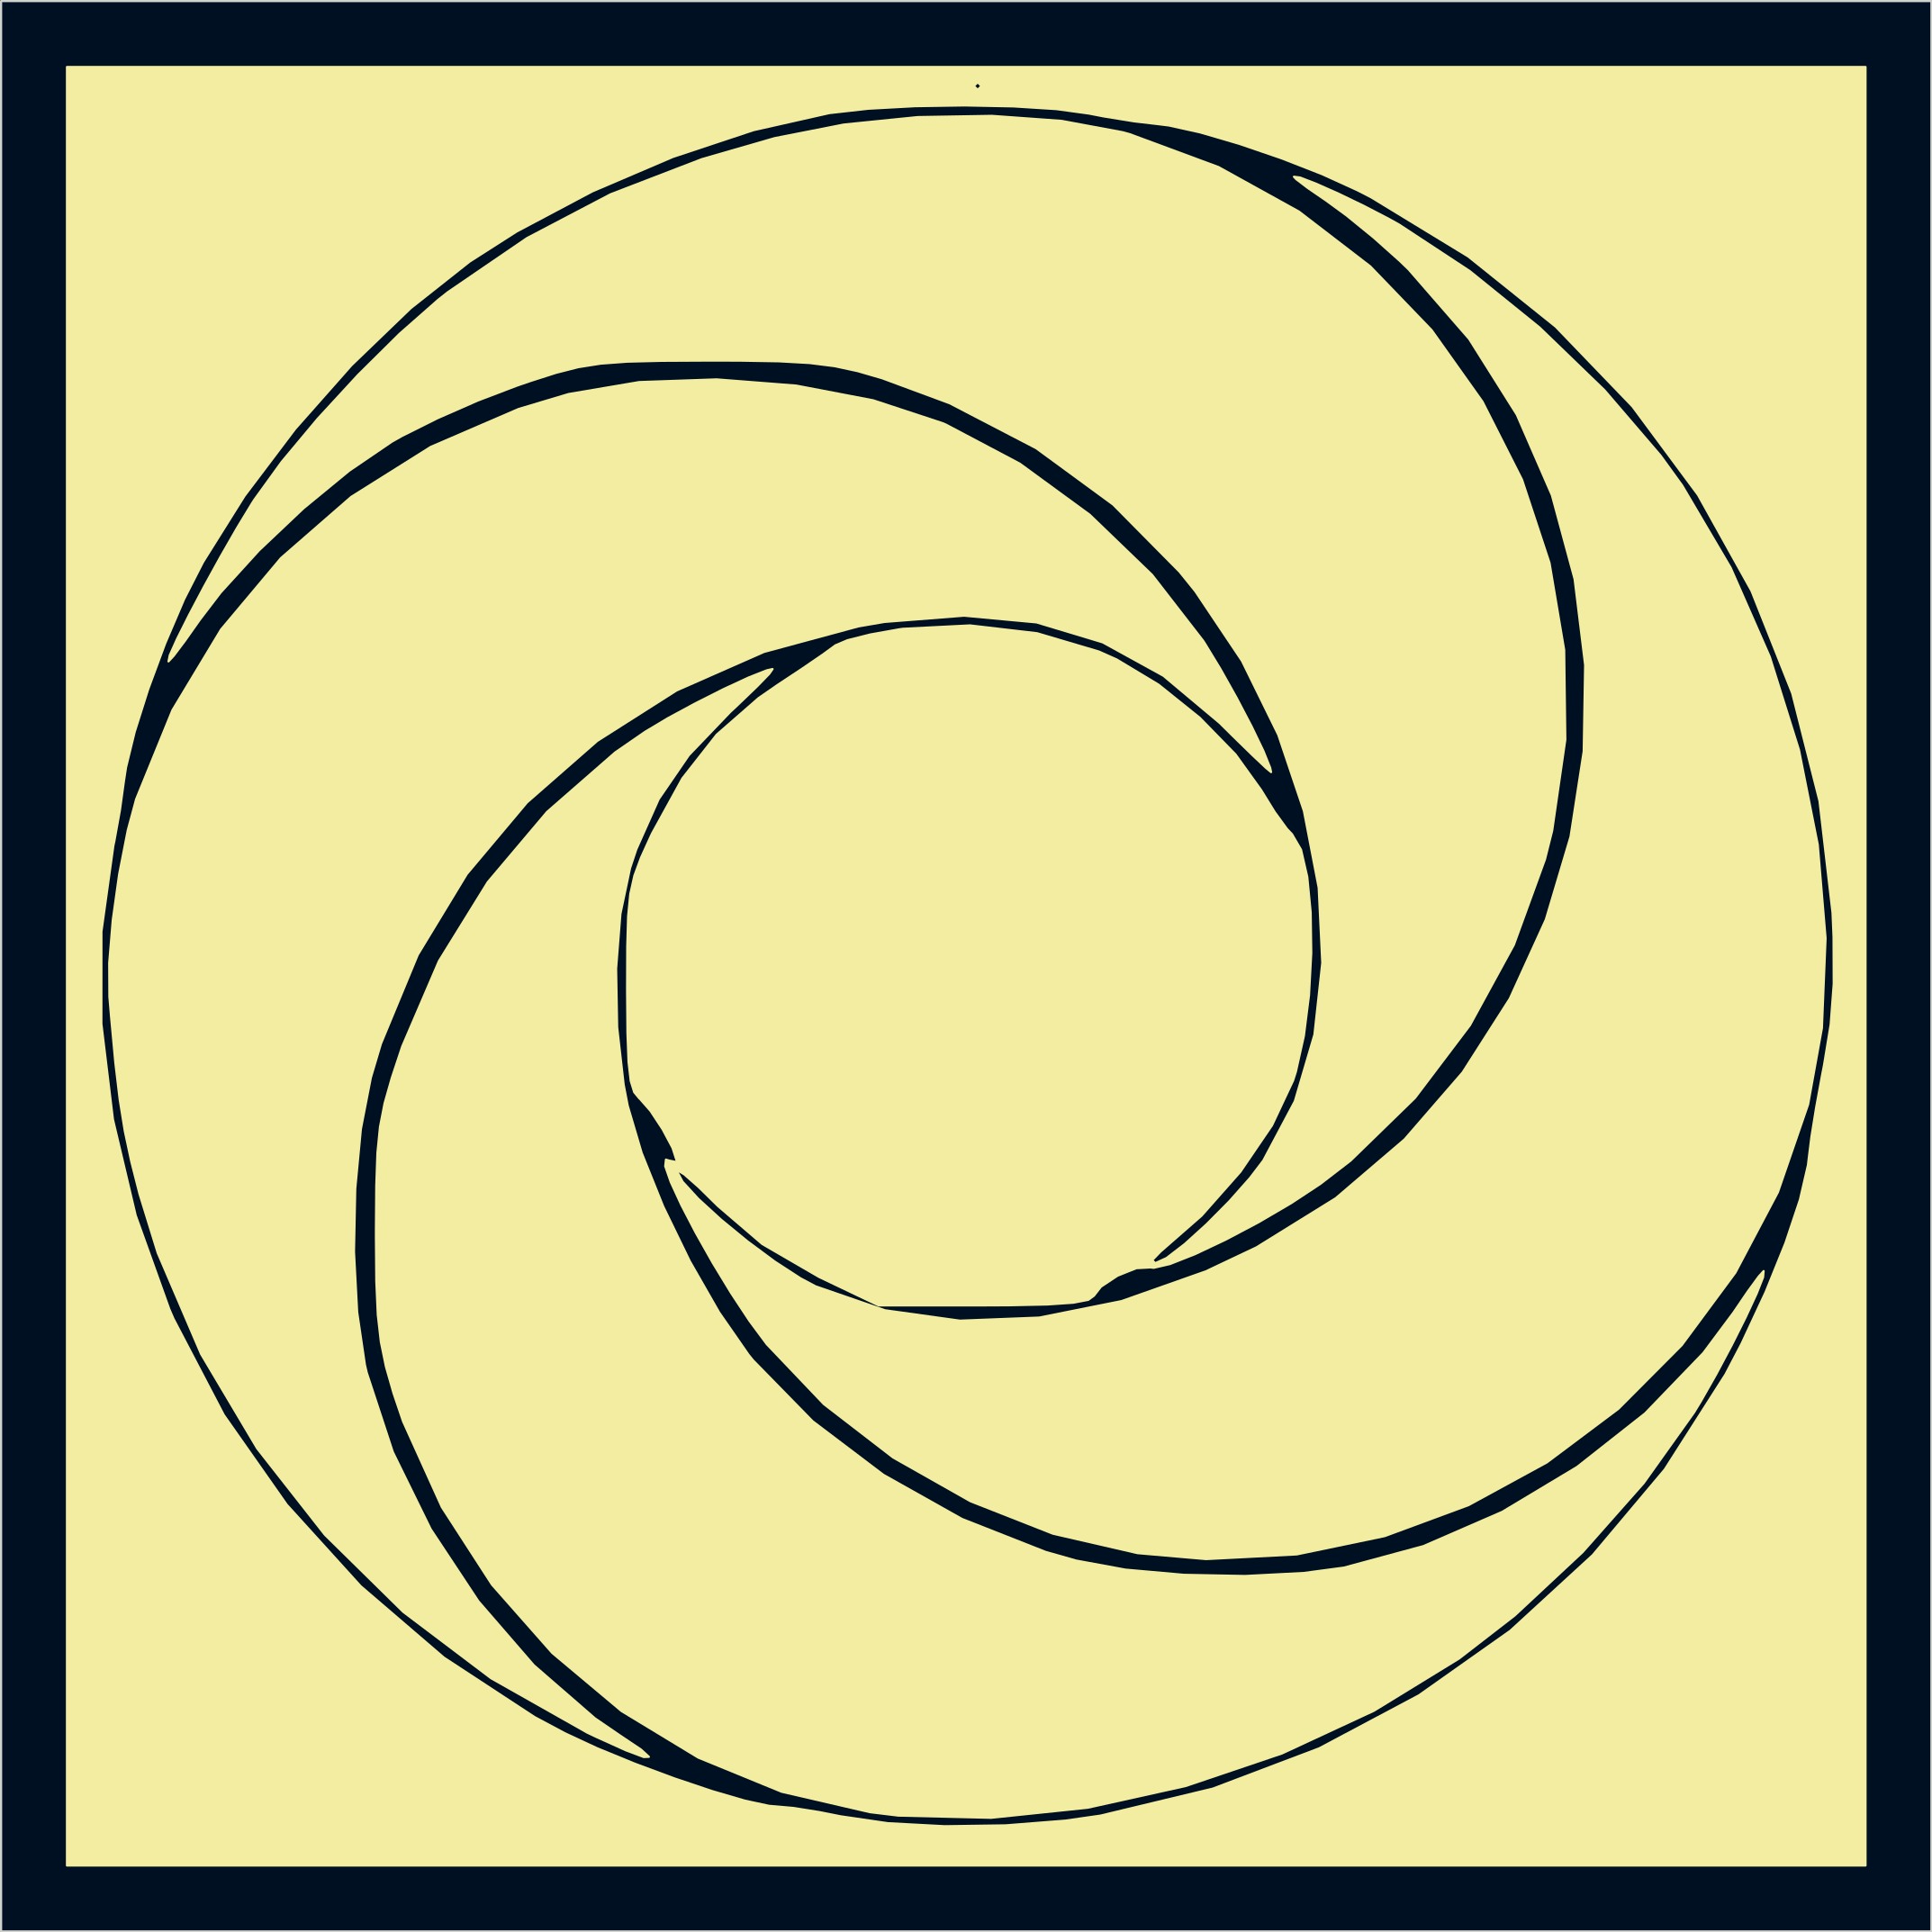
<source format=kicad_pcb>
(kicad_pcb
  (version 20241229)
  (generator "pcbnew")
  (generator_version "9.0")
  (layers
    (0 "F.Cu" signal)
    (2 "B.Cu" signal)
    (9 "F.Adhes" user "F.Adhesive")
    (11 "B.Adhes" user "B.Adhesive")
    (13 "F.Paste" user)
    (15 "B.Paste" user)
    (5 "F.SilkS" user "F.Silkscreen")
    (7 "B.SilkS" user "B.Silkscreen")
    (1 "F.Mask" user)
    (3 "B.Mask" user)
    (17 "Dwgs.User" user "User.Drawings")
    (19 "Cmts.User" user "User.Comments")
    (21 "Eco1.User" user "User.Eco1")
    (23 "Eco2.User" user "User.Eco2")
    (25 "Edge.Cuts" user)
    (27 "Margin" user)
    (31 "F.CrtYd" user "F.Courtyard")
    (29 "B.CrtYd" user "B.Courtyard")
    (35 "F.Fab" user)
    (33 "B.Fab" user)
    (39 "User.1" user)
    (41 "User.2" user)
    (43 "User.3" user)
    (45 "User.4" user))
  (footprint "Rotator_back"
    (layer "F.Cu")
    (at 41.678 41.678)
    (property "Reference" "Rotator_back" (at 0 0 0) (layer "F.SilkS") (effects (font (size 1.524 1.524) (thickness 0.3))))
    (attr through_hole)
    (fp_poly (pts (xy 14.111 -8.987) (xy 13.88 -9.177) (xy 13.259 -9.763) (xy 12.356 -10.644) (xy 11.73 -11.264) (xy 9.126 -13.447) (xy 6.315 -14.994) (xy 3.254 -15.917) (xy -0.1 -16.228) (xy -3.792 -15.938) (xy -4.996 -15.731) (xy -9.365 -14.549) (xy -13.41 -12.766) (xy -17.084 -10.428) (xy -20.338 -7.578) (xy -23.123 -4.263) (xy -25.391 -0.526) (xy -27.094 3.588) (xy -27.561 5.158) (xy -28.022 7.53) (xy -28.283 10.301) (xy -28.342 13.215) (xy -28.194 16.015) (xy -27.837 18.443) (xy -27.752 18.81) (xy -26.545 22.485) (xy -24.792 26.057) (xy -22.585 29.392) (xy -20.02 32.356) (xy -17.189 34.814) (xy -16.021 35.613) (xy -15.05 36.265) (xy -14.691 36.596) (xy -14.928 36.606) (xy -15.747 36.298) (xy -17.131 35.672) (xy -17.545 35.475) (xy -21.995 32.959) (xy -26.06 29.887) (xy -29.687 26.319) (xy -32.824 22.319) (xy -35.421 17.949) (xy -37.426 13.271) (xy -38.268 10.546) (xy -38.655 9.025) (xy -38.951 7.633) (xy -39.186 6.179) (xy -39.389 4.47) (xy -39.589 2.316) (xy -39.664 1.411) (xy -39.672 -0.153) (xy -39.509 -2.133) (xy -39.211 -4.267) (xy -38.813 -6.296) (xy -38.427 -7.731) (xy -36.746 -11.853) (xy -34.495 -15.589) (xy -31.721 -18.895) (xy -28.47 -21.727) (xy -24.788 -24.041) (xy -20.723 -25.795) (xy -18.409 -26.487) (xy -15.143 -27.041) (xy -11.555 -27.166) (xy -7.869 -26.878) (xy -4.31 -26.198) (xy -1.101 -25.141) (xy -0.949 -25.077) (xy 2.474 -23.267) (xy 5.713 -20.901) (xy 8.6 -18.119) (xy 10.967 -15.065) (xy 11.042 -14.95) (xy 11.766 -13.76) (xy 12.517 -12.422) (xy 13.209 -11.102) (xy 13.754 -9.969) (xy 14.068 -9.19) (xy 14.111 -8.987)) (stroke (width 0.1) (type solid)) (fill yes) (layer "F.SilkS"))
    (fp_poly (pts (xy 36.911 14.111) (xy 36.887 14.395) (xy 36.587 15.155) (xy 36.08 16.249) (xy 35.434 17.538) (xy 34.718 18.882) (xy 34.002 20.141) (xy 33.691 20.653) (xy 31.361 23.921) (xy 28.53 27.121) (xy 25.39 30.051) (xy 22.814 32.045) (xy 18.875 34.462) (xy 14.613 36.441) (xy 10.153 37.949) (xy 5.624 38.952) (xy 1.15 39.419) (xy -3.143 39.317) (xy -4.458 39.158) (xy -8.548 38.212) (xy -12.401 36.634) (xy -15.958 34.477) (xy -19.161 31.79) (xy -21.953 28.626) (xy -24.275 25.036) (xy -26.069 21.07) (xy -26.514 19.756) (xy -26.862 18.538) (xy -27.097 17.393) (xy -27.24 16.135) (xy -27.309 14.575) (xy -27.326 12.525) (xy -27.326 12.171) (xy -27.31 10.151) (xy -27.257 8.639) (xy -27.138 7.436) (xy -26.926 6.345) (xy -26.591 5.167) (xy -26.106 3.706) (xy -24.409 -0.242) (xy -22.149 -3.893) (xy -19.403 -7.145) (xy -16.247 -9.9) (xy -14.861 -10.856) (xy -13.8 -11.489) (xy -12.527 -12.177) (xy -11.223 -12.834) (xy -10.065 -13.37) (xy -9.234 -13.698) (xy -8.966 -13.758) (xy -9.117 -13.539) (xy -9.683 -12.956) (xy -10.556 -12.117) (xy -10.932 -11.765) (xy -12.842 -9.771) (xy -14.236 -7.738) (xy -15.271 -5.418) (xy -15.563 -4.542) (xy -16.009 -2.426) (xy -16.208 0.111) (xy -16.159 2.826) (xy -15.859 5.478) (xy -15.671 6.457) (xy -15.027 8.637) (xy -14.032 11.112) (xy -12.799 13.651) (xy -11.443 16.02) (xy -10.078 17.985) (xy -9.873 18.239) (xy -7.113 21.061) (xy -3.841 23.539) (xy -0.199 25.585) (xy 3.667 27.108) (xy 5.084 27.511) (xy 7.369 27.931) (xy 10.068 28.171) (xy 12.91 28.226) (xy 15.623 28.086) (xy 17.486 27.837) (xy 21.164 26.842) (xy 24.807 25.258) (xy 28.276 23.178) (xy 31.428 20.695) (xy 34.122 17.9) (xy 35.509 16.039) (xy 36.177 15.058) (xy 36.683 14.364) (xy 36.911 14.111)) (stroke (width 0.1) (type solid)) (fill yes) (layer "F.SilkS"))
    (fp_poly (pts (xy 41.628 41.628) (xy 40.156 41.628) (xy 40.156 0.817) (xy 40.148 -1.349) (xy 40.101 -2.469) (xy 39.497 -7.651) (xy 38.235 -12.636) (xy 36.349 -17.376) (xy 33.874 -21.818) (xy 30.841 -25.912) (xy 27.285 -29.607) (xy 23.24 -32.853) (xy 18.738 -35.598) (xy 18.1 -35.925) (xy 16.468 -36.668) (xy 14.578 -37.406) (xy 12.631 -38.072) (xy 10.831 -38.599) (xy 9.379 -38.92) (xy 8.911 -38.978) (xy 7.767 -39.112) (xy 6.364 -39.339) (xy 5.684 -39.471) (xy 4.179 -39.677) (xy 2.189 -39.803) (xy 0.706 -39.832) (xy 0.706 -40.746) (xy 0.529 -40.922) (xy 0.353 -40.746) (xy 0.529 -40.569) (xy 0.706 -40.746) (xy 0.706 -39.832) (xy -0.072 -39.848) (xy -2.387 -39.812) (xy -4.541 -39.694) (xy -6.319 -39.495) (xy -6.35 -39.49) (xy -9.854 -38.701) (xy -13.583 -37.462) (xy -17.314 -35.866) (xy -20.82 -34.006) (xy -22.991 -32.617) (xy -25.718 -30.46) (xy -28.46 -27.82) (xy -31.071 -24.868) (xy -33.41 -21.772) (xy -35.334 -18.702) (xy -36.204 -16.997) (xy -37.082 -14.945) (xy -37.866 -12.83) (xy -38.492 -10.851) (xy -38.894 -9.206) (xy -38.99 -8.58) (xy -39.177 -7.22) (xy -39.435 -5.79) (xy -39.48 -5.581) (xy -40.033 -1.6) (xy -40.035 2.666) (xy -39.5 7.088) (xy -38.447 11.534) (xy -36.891 15.873) (xy -36.701 16.313) (xy -34.372 20.768) (xy -31.456 24.924) (xy -28.034 28.696) (xy -24.184 32.001) (xy -19.986 34.754) (xy -18.595 35.498) (xy -17.11 36.189) (xy -15.366 36.905) (xy -13.53 37.588) (xy -11.767 38.181) (xy -10.245 38.626) (xy -9.13 38.865) (xy -8.819 38.891) (xy -7.997 38.964) (xy -6.792 39.156) (xy -5.821 39.349) (xy -3.627 39.669) (xy -0.997 39.809) (xy 1.824 39.769) (xy 4.591 39.55) (xy 6.214 39.318) (xy 11.416 38.068) (xy 16.346 36.2) (xy 20.955 33.75) (xy 25.191 30.757) (xy 29.002 27.258) (xy 32.337 23.292) (xy 35.145 18.895) (xy 35.895 17.462) (xy 37.005 15.079) (xy 37.922 12.811) (xy 38.592 10.806) (xy 38.962 9.209) (xy 39.007 8.828) (xy 39.123 7.897) (xy 39.343 6.532) (xy 39.626 4.99) (xy 39.705 4.586) (xy 40.014 2.7) (xy 40.156 0.817) (xy 40.156 41.628) (xy 0 41.628) (xy -41.628 41.628) (xy -41.628 0) (xy -41.628 -41.628) (xy 0 -41.628) (xy 41.628 -41.628) (xy 41.628 0) (xy 41.628 41.628)) (stroke (width 0.1) (type solid)) (fill yes) (layer "F.SilkS"))
    (fp_poly (pts (xy 39.779 -1.299) (xy 39.609 2.861) (xy 38.971 6.398) (xy 37.573 10.458) (xy 35.601 14.187) (xy 33.119 17.543) (xy 30.191 20.483) (xy 26.881 22.965) (xy 23.253 24.944) (xy 19.371 26.379) (xy 15.3 27.226) (xy 11.103 27.443) (xy 7.929 27.168) (xy 4.01 26.266) (xy 0.194 24.765) (xy -3.385 22.74) (xy -6.591 20.268) (xy -9.233 17.495) (xy -10.032 16.418) (xy -10.884 15.128) (xy -11.732 13.733) (xy -12.518 12.34) (xy -13.186 11.057) (xy -13.677 9.993) (xy -13.935 9.255) (xy -13.902 8.951) (xy -13.757 8.996) (xy -13.429 9.062) (xy -13.406 8.999) (xy -13.596 8.409) (xy -14.056 7.547) (xy -14.617 6.695) (xy -15.109 6.134) (xy -15.135 6.114) (xy -15.37 5.83) (xy -15.532 5.308) (xy -15.632 4.433) (xy -15.683 3.09) (xy -15.699 1.164) (xy -15.699 0.999) (xy -15.692 -0.925) (xy -15.652 -2.315) (xy -15.551 -3.347) (xy -15.362 -4.192) (xy -15.056 -5.023) (xy -14.605 -6.014) (xy -14.539 -6.154) (xy -13.14 -8.695) (xy -11.551 -10.72) (xy -9.611 -12.414) (xy -8.732 -13.022) (xy -7.59 -13.778) (xy -6.644 -14.425) (xy -6.084 -14.833) (xy -6.058 -14.854) (xy -5.497 -15.092) (xy -4.447 -15.356) (xy -3.123 -15.593) (xy -2.94 -15.62) (xy 0.174 -15.777) (xy 3.278 -15.415) (xy 6.138 -14.569) (xy 6.964 -14.201) (xy 8.899 -13.036) (xy 10.805 -11.505) (xy 12.466 -9.803) (xy 13.651 -8.155) (xy 14.274 -7.144) (xy 14.843 -6.362) (xy 15.08 -6.112) (xy 15.498 -5.394) (xy 15.786 -4.137) (xy 15.944 -2.492) (xy 15.971 -0.614) (xy 15.866 1.343) (xy 15.629 3.227) (xy 15.259 4.884) (xy 15.129 5.292) (xy 14.156 7.361) (xy 12.69 9.514) (xy 10.887 11.552) (xy 8.996 13.205) (xy 8.609 13.604) (xy 8.746 13.747) (xy 9.272 13.507) (xy 10.113 12.861) (xy 11.13 11.939) (xy 12.185 10.875) (xy 13.137 9.8) (xy 13.75 8.996) (xy 15.211 6.247) (xy 16.117 3.167) (xy 16.481 -0.157) (xy 16.315 -3.636) (xy 15.632 -7.184) (xy 14.445 -10.712) (xy 12.765 -14.133) (xy 10.605 -17.357) (xy 9.875 -18.262) (xy 6.799 -21.372) (xy 3.241 -23.979) (xy -0.767 -26.062) (xy -3.896 -27.22) (xy -5.026 -27.548) (xy -6.087 -27.777) (xy -7.245 -27.923) (xy -8.668 -28.003) (xy -10.523 -28.034) (xy -11.994 -28.036) (xy -14.111 -28.025) (xy -15.696 -27.986) (xy -16.922 -27.895) (xy -17.963 -27.731) (xy -18.992 -27.469) (xy -20.182 -27.088) (xy -20.814 -26.871) (xy -22.612 -26.186) (xy -24.491 -25.361) (xy -26.13 -24.542) (xy -26.588 -24.283) (xy -28.569 -22.933) (xy -30.689 -21.19) (xy -32.74 -19.249) (xy -34.515 -17.3) (xy -35.478 -16.04) (xy -36.167 -15.064) (xy -36.689 -14.37) (xy -36.928 -14.111) (xy -36.871 -14.394) (xy -36.53 -15.154) (xy -35.977 -16.257) (xy -35.283 -17.57) (xy -34.518 -18.959) (xy -33.753 -20.291) (xy -33.059 -21.433) (xy -32.954 -21.597) (xy -31.687 -23.349) (xy -30.027 -25.337) (xy -28.15 -27.375) (xy -26.229 -29.277) (xy -24.437 -30.855) (xy -23.989 -31.208) (xy -20.33 -33.708) (xy -16.467 -35.733) (xy -12.233 -37.363) (xy -8.869 -38.333) (xy -5.665 -38.963) (xy -2.245 -39.308) (xy 1.184 -39.365) (xy 4.414 -39.132) (xy 7.237 -38.608) (xy 7.565 -38.518) (xy 11.676 -36.995) (xy 15.398 -34.936) (xy 18.699 -32.4) (xy 21.544 -29.445) (xy 23.898 -26.133) (xy 25.728 -22.522) (xy 27 -18.671) (xy 27.679 -14.641) (xy 27.732 -10.49) (xy 27.124 -6.279) (xy 26.791 -4.953) (xy 25.349 -0.99) (xy 23.316 2.731) (xy 20.77 6.097) (xy 17.79 8.998) (xy 16.389 10.077) (xy 15.049 10.962) (xy 13.541 11.846) (xy 12.006 12.658) (xy 10.588 13.328) (xy 9.43 13.785) (xy 8.676 13.96) (xy 8.534 13.942) (xy 7.871 13.977) (xy 7 14.327) (xy 6.235 14.834) (xy 5.912 15.25) (xy 5.649 15.442) (xy 4.956 15.575) (xy 3.755 15.657) (xy 1.966 15.694) (xy 0.853 15.699) (xy -4.057 15.699) (xy -6.816 14.381) (xy -9.441 12.858) (xy -11.491 11.102) (xy -12.384 10.223) (xy -13.055 9.633) (xy -13.388 9.431) (xy -13.406 9.456) (xy -13.134 9.971) (xy -12.408 10.763) (xy -11.364 11.719) (xy -10.137 12.727) (xy -8.861 13.673) (xy -7.671 14.446) (xy -6.981 14.814) (xy -3.764 15.925) (xy -0.293 16.407) (xy 3.377 16.264) (xy 7.192 15.5) (xy 11.096 14.121) (xy 13.437 13.012) (xy 17.106 10.737) (xy 20.29 8.016) (xy 22.978 4.914) (xy 25.161 1.5) (xy 26.829 -2.159) (xy 27.973 -5.998) (xy 28.583 -9.949) (xy 28.649 -13.944) (xy 28.162 -17.918) (xy 27.111 -21.802) (xy 25.487 -25.531) (xy 23.28 -29.037) (xy 20.481 -32.254) (xy 20.063 -32.657) (xy 18.865 -33.726) (xy 17.612 -34.748) (xy 16.669 -35.438) (xy 15.817 -36.022) (xy 15.274 -36.435) (xy 15.169 -36.547) (xy 15.455 -36.51) (xy 16.2 -36.222) (xy 17.239 -35.76) (xy 18.406 -35.197) (xy 19.536 -34.611) (xy 20.035 -34.333) (xy 23.305 -32.182) (xy 26.538 -29.568) (xy 29.544 -26.664) (xy 32.135 -23.643) (xy 33.141 -22.254) (xy 35.385 -18.446) (xy 37.195 -14.326) (xy 38.547 -10.014) (xy 39.417 -5.631) (xy 39.779 -1.299)) (stroke (width 0.1) (type solid)) (fill yes) (layer "F.SilkS")))
  (gr_rect
    (start -3 -3)
    (end 86.356 86.356)
    (stroke (width 0.1) (type default))
    (fill no)
    (layer "Edge.Cuts")))
</source>
